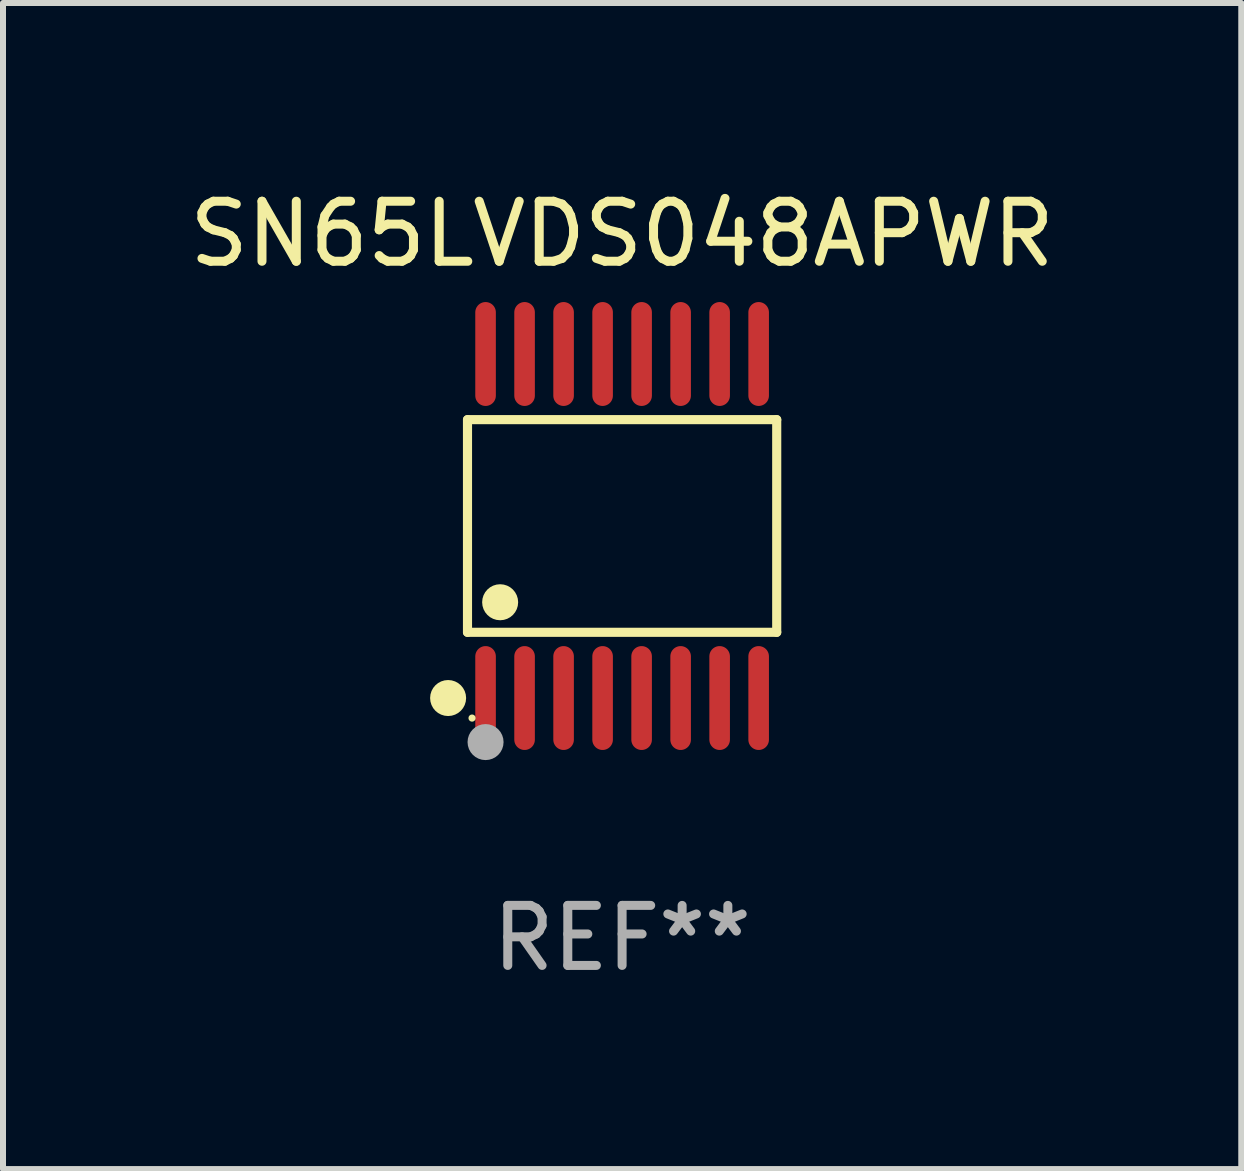
<source format=kicad_pcb>
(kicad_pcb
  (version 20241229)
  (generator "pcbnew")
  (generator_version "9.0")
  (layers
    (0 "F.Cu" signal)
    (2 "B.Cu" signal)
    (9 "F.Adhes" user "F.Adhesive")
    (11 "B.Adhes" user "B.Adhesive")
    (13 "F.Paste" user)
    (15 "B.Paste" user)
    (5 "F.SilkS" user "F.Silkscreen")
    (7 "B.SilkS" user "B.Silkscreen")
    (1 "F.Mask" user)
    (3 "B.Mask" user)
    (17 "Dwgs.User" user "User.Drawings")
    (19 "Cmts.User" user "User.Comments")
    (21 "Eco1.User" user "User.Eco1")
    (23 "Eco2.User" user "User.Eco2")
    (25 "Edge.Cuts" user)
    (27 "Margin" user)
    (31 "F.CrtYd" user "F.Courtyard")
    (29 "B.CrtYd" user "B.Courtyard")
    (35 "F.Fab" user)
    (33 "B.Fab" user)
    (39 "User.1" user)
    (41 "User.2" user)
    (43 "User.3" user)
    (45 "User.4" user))
  (footprint "SN65LVDS048APWR"
    (layer "F.Cu")
    (at 7.315 5.714)
    (property "Reference" "SN65LVDS048APWR" (at 0 -4.866 0) (layer "F.SilkS") (effects (font (size 1 1) (thickness 0.15))))
    (attr through_hole)
    (fp_line (start -2.576 -1.772) (end 2.576 -1.772) (stroke (width 0.152) (type solid)) (layer "F.SilkS"))
    (fp_line (start -2.576 1.771) (end -2.576 -1.772) (stroke (width 0.152) (type solid)) (layer "F.SilkS"))
    (fp_line (start 2.576 -1.772) (end 2.576 1.771) (stroke (width 0.152) (type solid)) (layer "F.SilkS"))
    (fp_line (start 2.576 1.771) (end -2.576 1.771) (stroke (width 0.152) (type solid)) (layer "F.SilkS"))
    (fp_circle (center -2.899 2.866) (end -2.749 2.866) (stroke (width 0.3) (type solid)) (fill no) (layer "F.SilkS"))
    (fp_circle (center -2.5 3.2) (end -2.47 3.2) (stroke (width 0.06) (type solid)) (fill no) (layer "F.SilkS"))
    (fp_circle (center -2.032 1.27) (end -1.882 1.27) (stroke (width 0.3) (type solid)) (fill no) (layer "F.SilkS"))
    (fp_circle (center -2.275 3.6) (end -2.125 3.6) (stroke (width 0.3) (type solid)) (fill no) (layer "F.Fab"))
    (fp_text user "REF**" (at 0 6.866 0) (layer "F.Fab") (effects (font (size 1 1) (thickness 0.15))))
    (pad "1" smd oval (at -2.275 2.866) (size 0.343 1.731) (layers "F.Cu" "F.Mask" "F.Paste"))
    (pad "2" smd oval (at -1.625 2.866) (size 0.343 1.731) (layers "F.Cu" "F.Mask" "F.Paste"))
    (pad "3" smd oval (at -0.975 2.866) (size 0.343 1.731) (layers "F.Cu" "F.Mask" "F.Paste"))
    (pad "4" smd oval (at -0.325 2.866) (size 0.343 1.731) (layers "F.Cu" "F.Mask" "F.Paste"))
    (pad "5" smd oval (at 0.325 2.866) (size 0.343 1.731) (layers "F.Cu" "F.Mask" "F.Paste"))
    (pad "6" smd oval (at 0.975 2.866) (size 0.343 1.731) (layers "F.Cu" "F.Mask" "F.Paste"))
    (pad "7" smd oval (at 1.625 2.866) (size 0.343 1.731) (layers "F.Cu" "F.Mask" "F.Paste"))
    (pad "8" smd oval (at 2.275 2.866) (size 0.343 1.731) (layers "F.Cu" "F.Mask" "F.Paste"))
    (pad "9" smd oval (at 2.275 -2.866) (size 0.343 1.731) (layers "F.Cu" "F.Mask" "F.Paste"))
    (pad "10" smd oval (at 1.625 -2.866) (size 0.343 1.731) (layers "F.Cu" "F.Mask" "F.Paste"))
    (pad "11" smd oval (at 0.975 -2.866) (size 0.343 1.731) (layers "F.Cu" "F.Mask" "F.Paste"))
    (pad "12" smd oval (at 0.325 -2.866) (size 0.343 1.731) (layers "F.Cu" "F.Mask" "F.Paste"))
    (pad "13" smd oval (at -0.325 -2.866) (size 0.343 1.731) (layers "F.Cu" "F.Mask" "F.Paste"))
    (pad "14" smd oval (at -0.975 -2.866) (size 0.343 1.731) (layers "F.Cu" "F.Mask" "F.Paste"))
    (pad "15" smd oval (at -1.625 -2.866) (size 0.343 1.731) (layers "F.Cu" "F.Mask" "F.Paste"))
    (pad "16" smd oval (at -2.275 -2.866) (size 0.343 1.731) (layers "F.Cu" "F.Mask" "F.Paste")))
  (gr_rect
    (start -3 -3)
    (end 17.631 16.428)
    (stroke (width 0.1) (type default))
    (fill no)
    (layer "Edge.Cuts")))
</source>
